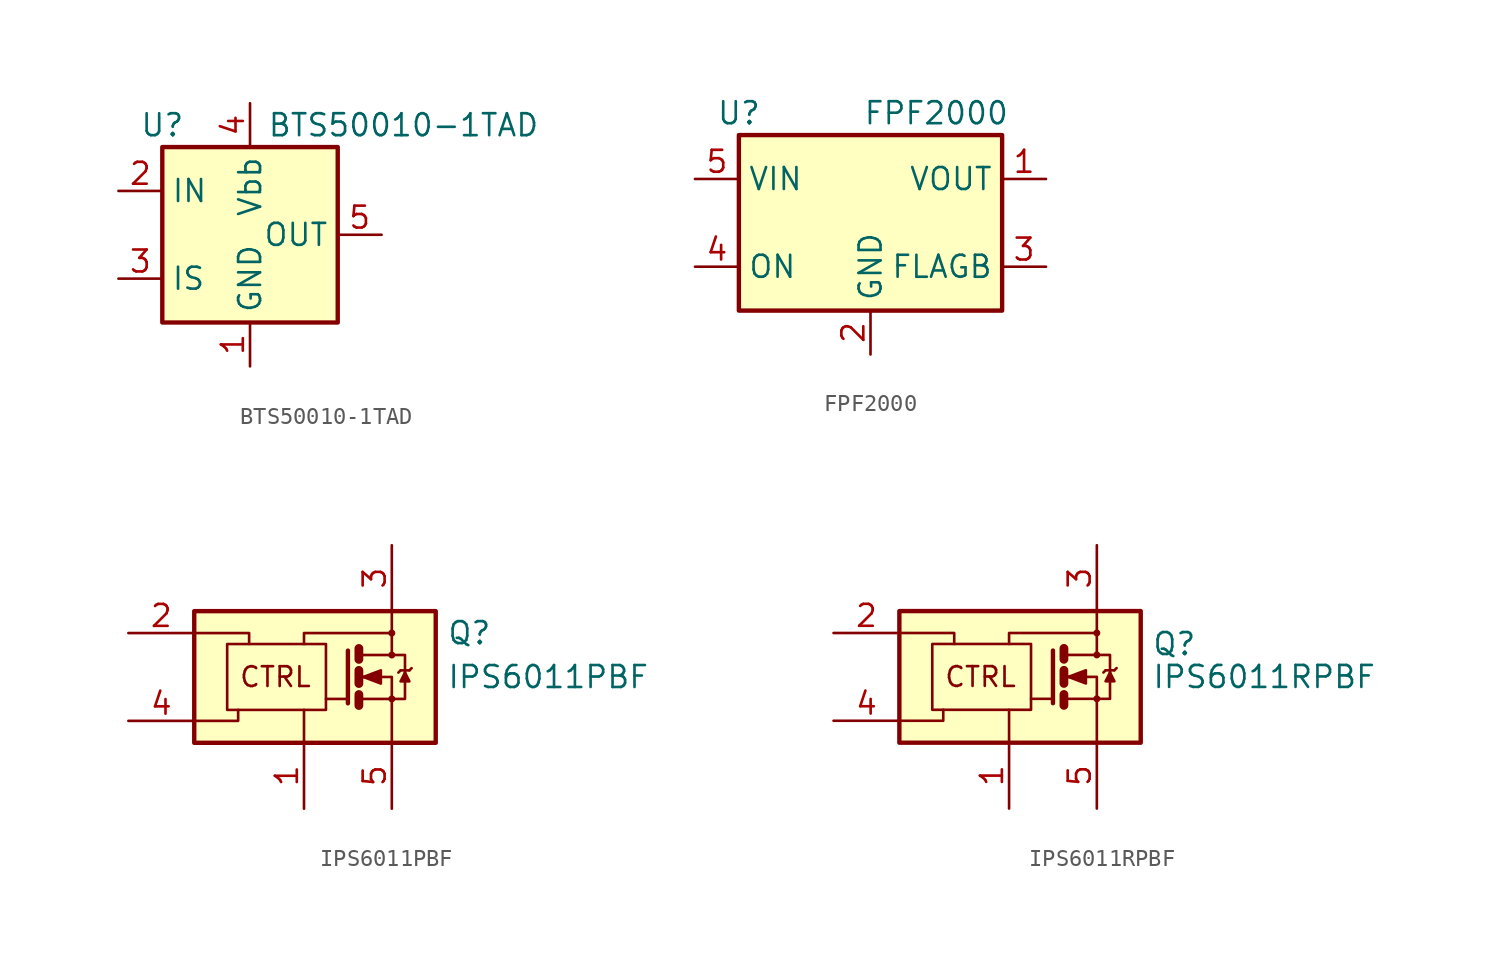
<source format=kicad_sym>
(kicad_symbol_lib
  (version 20211014)
  (generator kicad_symbol_editor)
  (symbol "BTS50010-1TAD"
    (property "Reference" "U"
      (at -5.08 6.35 0)
      (effects (font (size 1.27 1.27))))
    (property "Value" "BTS50010-1TAD"
      (at 8.89 6.35 0)
      (effects (font (size 1.27 1.27))))
    (symbol "BTS50010-1TAD_0_1"
      (rectangle (start -5.08 5.08) (end 5.08 -5.08) (stroke (width 0.254) (type default) (color 0 0 0 0)) (fill (type background))))
    (symbol "BTS50010-1TAD_1_1"
      (pin power_in line (at 0 -7.62 90) (length 2.54) (name "GND" (effects (font (size 1.27 1.27)))) (number "1" (effects (font (size 1.27 1.27)))))
      (pin input line (at -7.62 2.54 0) (length 2.54) (name "IN" (effects (font (size 1.27 1.27)))) (number "2" (effects (font (size 1.27 1.27)))))
      (pin output line (at -7.62 -2.54 0) (length 2.54) (name "IS" (effects (font (size 1.27 1.27)))) (number "3" (effects (font (size 1.27 1.27)))))
      (pin power_in line (at 0 7.62 270) (length 2.54) (name "Vbb" (effects (font (size 1.27 1.27)))) (number "4" (effects (font (size 1.27 1.27)))))
      (pin passive line (at 7.62 0 180) (length 2.54) (name "OUT" (effects (font (size 1.27 1.27)))) (number "5" (effects (font (size 1.27 1.27)))))
      (pin passive line (at 7.62 0 180) (length 2.54) hide (name "OUT" (effects (font (size 1.27 1.27)))) (number "6" (effects (font (size 1.27 1.27)))))
      (pin passive line (at 7.62 0 180) (length 2.54) hide (name "OUT" (effects (font (size 1.27 1.27)))) (number "7" (effects (font (size 1.27 1.27)))))))
  (symbol "FPF2000"
    (property "Reference" "U"
      (at -7.62 6.35 0)
      (effects (font (size 1.27 1.27))))
    (property "Value" "FPF2000"
      (at 3.81 6.35 0)
      (effects (font (size 1.27 1.27))))
    (symbol "FPF2000_0_1"
      (rectangle (start -7.62 5.08) (end 7.62 -5.08) (stroke (width 0.254) (type default) (color 0 0 0 0)) (fill (type background))))
    (symbol "FPF2000_1_1"
      (pin power_out line (at 10.16 2.54 180) (length 2.54) (name "VOUT" (effects (font (size 1.27 1.27)))) (number "1" (effects (font (size 1.27 1.27)))))
      (pin power_in line (at 0 -7.62 90) (length 2.54) (name "GND" (effects (font (size 1.27 1.27)))) (number "2" (effects (font (size 1.27 1.27)))))
      (pin open_collector line (at 10.16 -2.54 180) (length 2.54) (name "FLAGB" (effects (font (size 1.27 1.27)))) (number "3" (effects (font (size 1.27 1.27)))))
      (pin input line (at -10.16 -2.54 0) (length 2.54) (name "ON" (effects (font (size 1.27 1.27)))) (number "4" (effects (font (size 1.27 1.27)))))
      (pin power_in line (at -10.16 2.54 0) (length 2.54) (name "VIN" (effects (font (size 1.27 1.27)))) (number "5" (effects (font (size 1.27 1.27)))))))
  (symbol "IPS6011PBF"
    (pin_names
      (offset 0) hide)
    (property "Reference" "Q"
      (at 8.255 2.54 0)
      (effects (font (size 1.27 1.27)) (justify left)))
    (property "Value" "IPS6011PBF"
      (at 8.255 0 0)
      (effects (font (size 1.27 1.27)) (justify left)))
    (symbol "IPS6011PBF_0_0"
      (rectangle (start -6.35 3.81) (end 7.62 -3.81) (stroke (width 0.254) (type default) (color 0 0 0 0)) (fill (type background)))
      (polyline (pts (xy 0 -3.81) (xy 0 -1.905)) (stroke (width 0) (type default) (color 0 0 0 0)) (fill (type none)))
      (polyline (pts (xy -6.35 -2.54) (xy -3.81 -2.54) (xy -3.81 -1.905)) (stroke (width 0) (type default) (color 0 0 0 0)) (fill (type none)))
      (polyline (pts (xy -6.35 2.54) (xy -3.175 2.54) (xy -3.175 1.905)) (stroke (width 0) (type default) (color 0 0 0 0)) (fill (type none)))
      (polyline (pts (xy 0 1.905) (xy 0 2.54) (xy 5.08 2.54)) (stroke (width 0) (type default) (color 0 0 0 0)) (fill (type none)))
      (circle (center 5.08 2.54) (radius 0.127) (stroke (width 0) (type default) (color 0 0 0 0)) (fill (type none)))
      (text "CTRL" (at -1.651 0 0) (effects (font (size 1.143 1.143)))))
    (symbol "IPS6011PBF_0_1"
      (rectangle (start -4.445 1.905) (end 1.27 -1.905) (stroke (width 0) (type default) (color 0 0 0 0)) (fill (type none)))
      (polyline (pts (xy 2.54 -1.27) (xy 1.27 -1.27)) (stroke (width 0) (type default) (color 0 0 0 0)) (fill (type none)))
      (polyline (pts (xy 3.175 -1.016) (xy 3.175 -1.651)) (stroke (width 0.508) (type default) (color 0 0 0 0)) (fill (type none)))
      (polyline (pts (xy 3.175 0.381) (xy 3.175 -0.381)) (stroke (width 0.508) (type default) (color 0 0 0 0)) (fill (type none)))
      (polyline (pts (xy 3.175 1.651) (xy 3.175 1.016)) (stroke (width 0.508) (type default) (color 0 0 0 0)) (fill (type none)))
      (polyline (pts (xy 3.302 -1.27) (xy 5.08 -1.27)) (stroke (width 0) (type default) (color 0 0 0 0)) (fill (type none)))
      (polyline (pts (xy 5.588 0.381) (xy 5.461 0.254)) (stroke (width 0) (type default) (color 0 0 0 0)) (fill (type none)))
      (polyline (pts (xy 5.588 0.381) (xy 6.096 0.381)) (stroke (width 0) (type default) (color 0 0 0 0)) (fill (type none)))
      (polyline (pts (xy 6.096 0.381) (xy 6.223 0.508)) (stroke (width 0) (type default) (color 0 0 0 0)) (fill (type none)))
      (polyline (pts (xy 2.54 1.524) (xy 2.54 -1.524) (xy 2.54 -1.524)) (stroke (width 0.254) (type default) (color 0 0 0 0)) (fill (type none)))
      (polyline (pts (xy 3.302 0) (xy 5.08 0) (xy 5.08 -3.81)) (stroke (width 0) (type default) (color 0 0 0 0)) (fill (type none)))
      (polyline (pts (xy 3.302 1.27) (xy 5.08 1.27) (xy 5.08 3.81)) (stroke (width 0) (type default) (color 0 0 0 0)) (fill (type none)))
      (polyline (pts (xy 5.08 -1.27) (xy 5.842 -1.27) (xy 5.842 1.27) (xy 5.08 1.27)) (stroke (width 0) (type default) (color 0 0 0 0)) (fill (type none)))
      (polyline (pts (xy 5.842 0.254) (xy 5.588 -0.254) (xy 6.096 -0.254) (xy 5.842 0.254)) (stroke (width 0) (type default) (color 0 0 0 0)) (fill (type outline)))
      (polyline (pts (xy 3.429 0) (xy 4.445 0.381) (xy 4.445 -0.381) (xy 3.429 0) (xy 3.556 0) (xy 3.556 0)) (stroke (width 0) (type default) (color 0 0 0 0)) (fill (type outline)))
      (circle (center 5.08 -1.27) (radius 0.127) (stroke (width 0) (type default) (color 0 0 0 0)) (fill (type none)))
      (circle (center 5.08 1.27) (radius 0.127) (stroke (width 0) (type default) (color 0 0 0 0)) (fill (type none))))
    (symbol "IPS6011PBF_1_1"
      (pin power_in line (at 0 -7.62 90) (length 3.81) (name "GND" (effects (font (size 1.27 1.27)))) (number "1" (effects (font (size 1.27 1.27)))))
      (pin input line (at -10.16 2.54 0) (length 3.81) (name "IN" (effects (font (size 1.27 1.27)))) (number "2" (effects (font (size 1.27 1.27)))))
      (pin power_in line (at 5.08 7.62 270) (length 3.81) (name "VCC" (effects (font (size 1.27 1.27)))) (number "3" (effects (font (size 1.27 1.27)))))
      (pin bidirectional line (at -10.16 -2.54 0) (length 3.81) (name "DG" (effects (font (size 1.27 1.27)))) (number "4" (effects (font (size 1.27 1.27)))))
      (pin output line (at 5.08 -7.62 90) (length 3.81) (name "OUT" (effects (font (size 1.27 1.27)))) (number "5" (effects (font (size 1.27 1.27)))))))
  (symbol "IPS6011RPBF"
    (pin_names
      (offset 0) hide)
    (property "Reference" "Q"
      (at 8.255 1.905 0)
      (effects (font (size 1.27 1.27)) (justify left)))
    (property "Value" "IPS6011RPBF"
      (at 8.255 0 0)
      (effects (font (size 1.27 1.27)) (justify left)))
    (symbol "IPS6011RPBF_0_0"
      (rectangle (start -6.35 3.81) (end 7.62 -3.81) (stroke (width 0.254) (type default) (color 0 0 0 0)) (fill (type background)))
      (polyline (pts (xy 0 -3.81) (xy 0 -1.905)) (stroke (width 0) (type default) (color 0 0 0 0)) (fill (type none)))
      (polyline (pts (xy -6.35 -2.54) (xy -3.81 -2.54) (xy -3.81 -1.905)) (stroke (width 0) (type default) (color 0 0 0 0)) (fill (type none)))
      (polyline (pts (xy -6.35 2.54) (xy -3.175 2.54) (xy -3.175 1.905)) (stroke (width 0) (type default) (color 0 0 0 0)) (fill (type none)))
      (polyline (pts (xy 0 1.905) (xy 0 2.54) (xy 5.08 2.54)) (stroke (width 0) (type default) (color 0 0 0 0)) (fill (type none)))
      (circle (center 5.08 2.54) (radius 0.127) (stroke (width 0) (type default) (color 0 0 0 0)) (fill (type none)))
      (text "CTRL" (at -1.651 0 0) (effects (font (size 1.143 1.143)))))
    (symbol "IPS6011RPBF_0_1"
      (rectangle (start -4.445 1.905) (end 1.27 -1.905) (stroke (width 0) (type default) (color 0 0 0 0)) (fill (type none)))
      (polyline (pts (xy 2.54 -1.27) (xy 1.27 -1.27)) (stroke (width 0) (type default) (color 0 0 0 0)) (fill (type none)))
      (polyline (pts (xy 3.175 -1.27) (xy 5.08 -1.27)) (stroke (width 0) (type default) (color 0 0 0 0)) (fill (type none)))
      (polyline (pts (xy 3.175 -1.016) (xy 3.175 -1.651)) (stroke (width 0.508) (type default) (color 0 0 0 0)) (fill (type none)))
      (polyline (pts (xy 3.175 0.381) (xy 3.175 -0.381)) (stroke (width 0.508) (type default) (color 0 0 0 0)) (fill (type none)))
      (polyline (pts (xy 3.175 1.651) (xy 3.175 1.016)) (stroke (width 0.508) (type default) (color 0 0 0 0)) (fill (type none)))
      (polyline (pts (xy 5.588 0.381) (xy 5.461 0.254)) (stroke (width 0) (type default) (color 0 0 0 0)) (fill (type none)))
      (polyline (pts (xy 5.588 0.381) (xy 6.096 0.381)) (stroke (width 0) (type default) (color 0 0 0 0)) (fill (type none)))
      (polyline (pts (xy 6.096 0.381) (xy 6.223 0.508)) (stroke (width 0) (type default) (color 0 0 0 0)) (fill (type none)))
      (polyline (pts (xy 2.54 1.524) (xy 2.54 -1.524) (xy 2.54 -1.524)) (stroke (width 0.254) (type default) (color 0 0 0 0)) (fill (type none)))
      (polyline (pts (xy 3.175 0) (xy 5.08 0) (xy 5.08 -3.81)) (stroke (width 0) (type default) (color 0 0 0 0)) (fill (type none)))
      (polyline (pts (xy 3.175 1.27) (xy 5.08 1.27) (xy 5.08 3.81)) (stroke (width 0) (type default) (color 0 0 0 0)) (fill (type none)))
      (polyline (pts (xy 5.08 -1.27) (xy 5.842 -1.27) (xy 5.842 1.27) (xy 5.08 1.27)) (stroke (width 0) (type default) (color 0 0 0 0)) (fill (type none)))
      (polyline (pts (xy 5.842 0.254) (xy 5.588 -0.254) (xy 6.096 -0.254) (xy 5.842 0.254)) (stroke (width 0) (type default) (color 0 0 0 0)) (fill (type outline)))
      (polyline (pts (xy 3.429 0) (xy 4.445 0.381) (xy 4.445 -0.381) (xy 3.429 0) (xy 3.556 0) (xy 3.556 0)) (stroke (width 0) (type default) (color 0 0 0 0)) (fill (type outline)))
      (circle (center 5.08 -1.27) (radius 0.127) (stroke (width 0) (type default) (color 0 0 0 0)) (fill (type none)))
      (circle (center 5.08 1.27) (radius 0.127) (stroke (width 0) (type default) (color 0 0 0 0)) (fill (type none))))
    (symbol "IPS6011RPBF_1_1"
      (pin power_in line (at 0 -7.62 90) (length 3.81) (name "GND" (effects (font (size 1.27 1.27)))) (number "1" (effects (font (size 1.27 1.27)))))
      (pin input line (at -10.16 2.54 0) (length 3.81) (name "IN" (effects (font (size 1.27 1.27)))) (number "2" (effects (font (size 1.27 1.27)))))
      (pin power_in line (at 5.08 7.62 270) (length 3.81) (name "VCC" (effects (font (size 1.27 1.27)))) (number "3" (effects (font (size 1.27 1.27)))))
      (pin bidirectional line (at -10.16 -2.54 0) (length 3.81) (name "DG" (effects (font (size 1.27 1.27)))) (number "4" (effects (font (size 1.27 1.27)))))
      (pin output line (at 5.08 -7.62 90) (length 3.81) (name "OUT" (effects (font (size 1.27 1.27)))) (number "5" (effects (font (size 1.27 1.27))))))))
</source>
